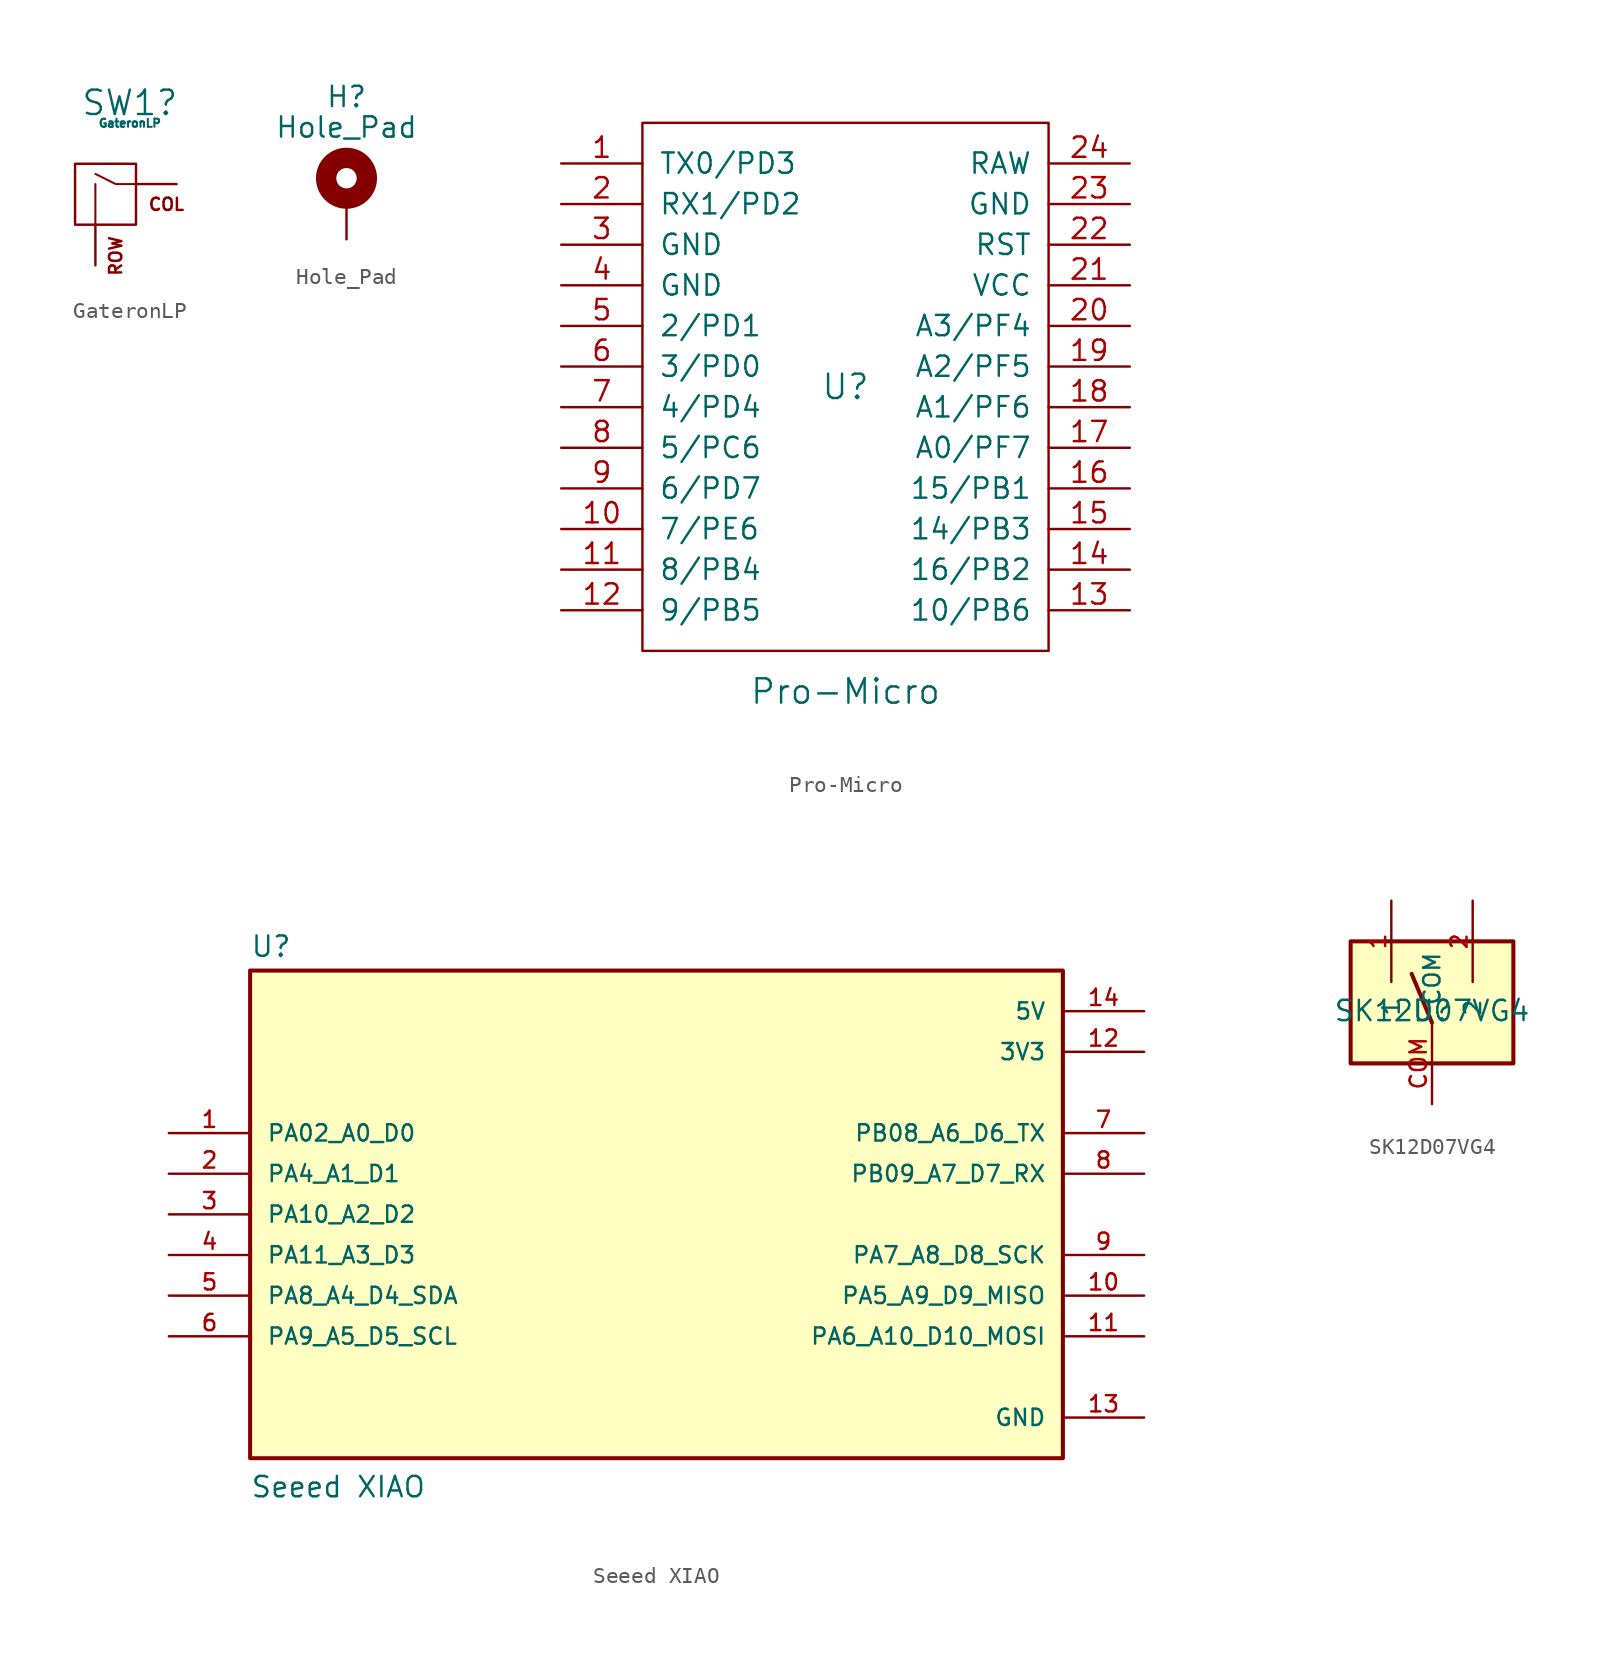
<source format=kicad_sym>
(kicad_symbol_lib
  (version 20220914)
  (generator kicad_symbol_editor)
  (symbol "GateronLP"
    (pin_names
      (offset 1.016))
    (property "Reference" "SW1"
      (at 0.886 6.35 0)
      (effects (font (size 1.524 1.524))))
    (property "Value" "GateronLP"
      (at 0.886 5.08 0)
      (effects (font (size 0.508 0.508))))
    (symbol "GateronLP_0_0"
      (rectangle (start -2.54 2.54) (end 1.27 -1.27) (stroke (width 0) (type default)) (fill (type none)))
      (polyline (pts (xy -1.27 -1.27) (xy -1.27 1.27)) (stroke (width 0.127) (type default)) (fill (type none)))
      (polyline (pts (xy 1.27 1.27) (xy 0 1.27) (xy -1.27 1.905)) (stroke (width 0.127) (type default)) (fill (type none)))
      (text "COL" (at 3.175 0 0) (effects (font (size 0.762 0.762))))
      (text "ROW" (at 0 -1.905 900) (effects (font (size 0.762 0.762)) (justify right))))
    (symbol "GateronLP_1_1"
      (pin passive line (at 3.81 1.27 180) (length 2.54) (name "COL" (effects (font (size 0 0)))) (number "1" (effects (font (size 0 0)))))
      (pin passive line (at -1.27 -3.81 90) (length 2.54) (name "ROW" (effects (font (size 0 0)))) (number "2" (effects (font (size 0 0)))))))
  (symbol "Hole_Pad"
    (pin_numbers hide)
    (pin_names
      (offset 1.016) hide)
    (property "Reference" "H"
      (at 0 6.35 0)
      (effects (font (size 1.27 1.27))))
    (property "Value" "Hole_Pad"
      (at 0 4.445 0)
      (effects (font (size 1.27 1.27))))
    (symbol "Hole_Pad_0_1"
      (circle (center 0 1.27) (radius 1.27) (stroke (width 1.27) (type default)) (fill (type none))))
    (symbol "Hole_Pad_1_1"
      (pin input line (at 0 -2.54 90) (length 2.54) (name "1" (effects (font (size 1.27 1.27)))) (number "1" (effects (font (size 1.27 1.27)))))))
  (symbol "Pro-Micro"
    (pin_names
      (offset 1.016))
    (property "Reference" "U"
      (at 0 0 0)
      (effects (font (size 1.524 1.524))))
    (property "Value" "Pro-Micro"
      (at 0 -19.05 0)
      (effects (font (size 1.524 1.524))))
    (symbol "Pro-Micro_0_1"
      (rectangle (start -12.7 -16.51) (end 12.7 16.51) (stroke (width 0) (type default)) (fill (type none))))
    (symbol "Pro-Micro_1_1"
      (pin input line (at -17.78 13.97 0) (length 5.08) (name "TX0/PD3" (effects (font (size 1.27 1.27)))) (number "1" (effects (font (size 1.27 1.27)))))
      (pin input line (at -17.78 -8.89 0) (length 5.08) (name "7/PE6" (effects (font (size 1.27 1.27)))) (number "10" (effects (font (size 1.27 1.27)))))
      (pin input line (at -17.78 -11.43 0) (length 5.08) (name "8/PB4" (effects (font (size 1.27 1.27)))) (number "11" (effects (font (size 1.27 1.27)))))
      (pin input line (at -17.78 -13.97 0) (length 5.08) (name "9/PB5" (effects (font (size 1.27 1.27)))) (number "12" (effects (font (size 1.27 1.27)))))
      (pin input line (at 17.78 -13.97 180) (length 5.08) (name "10/PB6" (effects (font (size 1.27 1.27)))) (number "13" (effects (font (size 1.27 1.27)))))
      (pin input line (at 17.78 -11.43 180) (length 5.08) (name "16/PB2" (effects (font (size 1.27 1.27)))) (number "14" (effects (font (size 1.27 1.27)))))
      (pin input line (at 17.78 -8.89 180) (length 5.08) (name "14/PB3" (effects (font (size 1.27 1.27)))) (number "15" (effects (font (size 1.27 1.27)))))
      (pin input line (at 17.78 -6.35 180) (length 5.08) (name "15/PB1" (effects (font (size 1.27 1.27)))) (number "16" (effects (font (size 1.27 1.27)))))
      (pin input line (at 17.78 -3.81 180) (length 5.08) (name "A0/PF7" (effects (font (size 1.27 1.27)))) (number "17" (effects (font (size 1.27 1.27)))))
      (pin input line (at 17.78 -1.27 180) (length 5.08) (name "A1/PF6" (effects (font (size 1.27 1.27)))) (number "18" (effects (font (size 1.27 1.27)))))
      (pin input line (at 17.78 1.27 180) (length 5.08) (name "A2/PF5" (effects (font (size 1.27 1.27)))) (number "19" (effects (font (size 1.27 1.27)))))
      (pin input line (at -17.78 11.43 0) (length 5.08) (name "RX1/PD2" (effects (font (size 1.27 1.27)))) (number "2" (effects (font (size 1.27 1.27)))))
      (pin input line (at 17.78 3.81 180) (length 5.08) (name "A3/PF4" (effects (font (size 1.27 1.27)))) (number "20" (effects (font (size 1.27 1.27)))))
      (pin input line (at 17.78 6.35 180) (length 5.08) (name "VCC" (effects (font (size 1.27 1.27)))) (number "21" (effects (font (size 1.27 1.27)))))
      (pin input line (at 17.78 8.89 180) (length 5.08) (name "RST" (effects (font (size 1.27 1.27)))) (number "22" (effects (font (size 1.27 1.27)))))
      (pin input line (at 17.78 11.43 180) (length 5.08) (name "GND" (effects (font (size 1.27 1.27)))) (number "23" (effects (font (size 1.27 1.27)))))
      (pin input line (at 17.78 13.97 180) (length 5.08) (name "RAW" (effects (font (size 1.27 1.27)))) (number "24" (effects (font (size 1.27 1.27)))))
      (pin input line (at -17.78 8.89 0) (length 5.08) (name "GND" (effects (font (size 1.27 1.27)))) (number "3" (effects (font (size 1.27 1.27)))))
      (pin input line (at -17.78 6.35 0) (length 5.08) (name "GND" (effects (font (size 1.27 1.27)))) (number "4" (effects (font (size 1.27 1.27)))))
      (pin input line (at -17.78 3.81 0) (length 5.08) (name "2/PD1" (effects (font (size 1.27 1.27)))) (number "5" (effects (font (size 1.27 1.27)))))
      (pin input line (at -17.78 1.27 0) (length 5.08) (name "3/PD0" (effects (font (size 1.27 1.27)))) (number "6" (effects (font (size 1.27 1.27)))))
      (pin input line (at -17.78 -1.27 0) (length 5.08) (name "4/PD4" (effects (font (size 1.27 1.27)))) (number "7" (effects (font (size 1.27 1.27)))))
      (pin input line (at -17.78 -3.81 0) (length 5.08) (name "5/PC6" (effects (font (size 1.27 1.27)))) (number "8" (effects (font (size 1.27 1.27)))))
      (pin input line (at -17.78 -6.35 0) (length 5.08) (name "6/PD7" (effects (font (size 1.27 1.27)))) (number "9" (effects (font (size 1.27 1.27)))))))
  (symbol "Seeed XIAO"
    (pin_names
      (offset 1.016))
    (property "Reference" "U"
      (at -25.4 16.002 0)
      (effects (font (size 1.27 1.27)) (justify left bottom)))
    (property "Value" "Seeed XIAO"
      (at -25.4 -17.78 0)
      (effects (font (size 1.27 1.27)) (justify left bottom)))
    (symbol "Seeed XIAO_0_0"
      (rectangle (start -25.4 15.24) (end 25.4 -15.24) (stroke (width 0.254) (type default)) (fill (type background)))
      (pin bidirectional line (at -30.48 5.08 0) (length 5.08) (name "PA02_A0_D0" (effects (font (size 1.016 1.016)))) (number "1" (effects (font (size 1.016 1.016)))))
      (pin bidirectional line (at 30.48 -5.08 180) (length 5.08) (name "PA5_A9_D9_MISO" (effects (font (size 1.016 1.016)))) (number "10" (effects (font (size 1.016 1.016)))))
      (pin bidirectional line (at 30.48 -7.62 180) (length 5.08) (name "PA6_A10_D10_MOSI" (effects (font (size 1.016 1.016)))) (number "11" (effects (font (size 1.016 1.016)))))
      (pin power_in line (at 30.48 10.16 180) (length 5.08) (name "3V3" (effects (font (size 1.016 1.016)))) (number "12" (effects (font (size 1.016 1.016)))))
      (pin power_in line (at 30.48 -12.7 180) (length 5.08) (name "GND" (effects (font (size 1.016 1.016)))) (number "13" (effects (font (size 1.016 1.016)))))
      (pin power_in line (at 30.48 12.7 180) (length 5.08) (name "5V" (effects (font (size 1.016 1.016)))) (number "14" (effects (font (size 1.016 1.016)))))
      (pin bidirectional line (at -30.48 2.54 0) (length 5.08) (name "PA4_A1_D1" (effects (font (size 1.016 1.016)))) (number "2" (effects (font (size 1.016 1.016)))))
      (pin bidirectional line (at -30.48 0 0) (length 5.08) (name "PA10_A2_D2" (effects (font (size 1.016 1.016)))) (number "3" (effects (font (size 1.016 1.016)))))
      (pin bidirectional line (at -30.48 -2.54 0) (length 5.08) (name "PA11_A3_D3" (effects (font (size 1.016 1.016)))) (number "4" (effects (font (size 1.016 1.016)))))
      (pin bidirectional line (at -30.48 -5.08 0) (length 5.08) (name "PA8_A4_D4_SDA" (effects (font (size 1.016 1.016)))) (number "5" (effects (font (size 1.016 1.016)))))
      (pin bidirectional line (at -30.48 -7.62 0) (length 5.08) (name "PA9_A5_D5_SCL" (effects (font (size 1.016 1.016)))) (number "6" (effects (font (size 1.016 1.016)))))
      (pin bidirectional line (at 30.48 5.08 180) (length 5.08) (name "PB08_A6_D6_TX" (effects (font (size 1.016 1.016)))) (number "7" (effects (font (size 1.016 1.016)))))
      (pin bidirectional line (at 30.48 2.54 180) (length 5.08) (name "PB09_A7_D7_RX" (effects (font (size 1.016 1.016)))) (number "8" (effects (font (size 1.016 1.016)))))
      (pin bidirectional line (at 30.48 -2.54 180) (length 5.08) (name "PA7_A8_D8_SCK" (effects (font (size 1.016 1.016)))) (number "9" (effects (font (size 1.016 1.016)))))))
  (symbol "SK12D07VG4"
    (pin_names
      (offset 1.016))
    (property "Reference" "U"
      (at 0 0 0)
      (effects (font (size 1.27 1.27)) (justify bottom)))
    (property "Value" "SK12D07VG4"
      (at 0 0 0)
      (effects (font (size 1.27 1.27)) (justify bottom)))
    (symbol "SK12D07VG4_0_0"
      (rectangle (start -5.08 -2.54) (end 5.08 5.08) (stroke (width 0.254) (type default)) (fill (type background)))
      (polyline (pts (xy 0 0) (xy -1.27 3.048)) (stroke (width 0.254) (type default)) (fill (type none)))
      (pin bidirectional line (at -2.54 7.62 270) (length 5.08) (name "1" (effects (font (size 1.016 1.016)))) (number "1" (effects (font (size 1.016 1.016)))))
      (pin bidirectional line (at 2.54 7.62 270) (length 5.08) (name "2" (effects (font (size 1.016 1.016)))) (number "2" (effects (font (size 1.016 1.016)))))
      (pin bidirectional line (at 0 -5.08 90) (length 5.08) (name "COM" (effects (font (size 1.016 1.016)))) (number "COM" (effects (font (size 1.016 1.016))))))))
</source>
